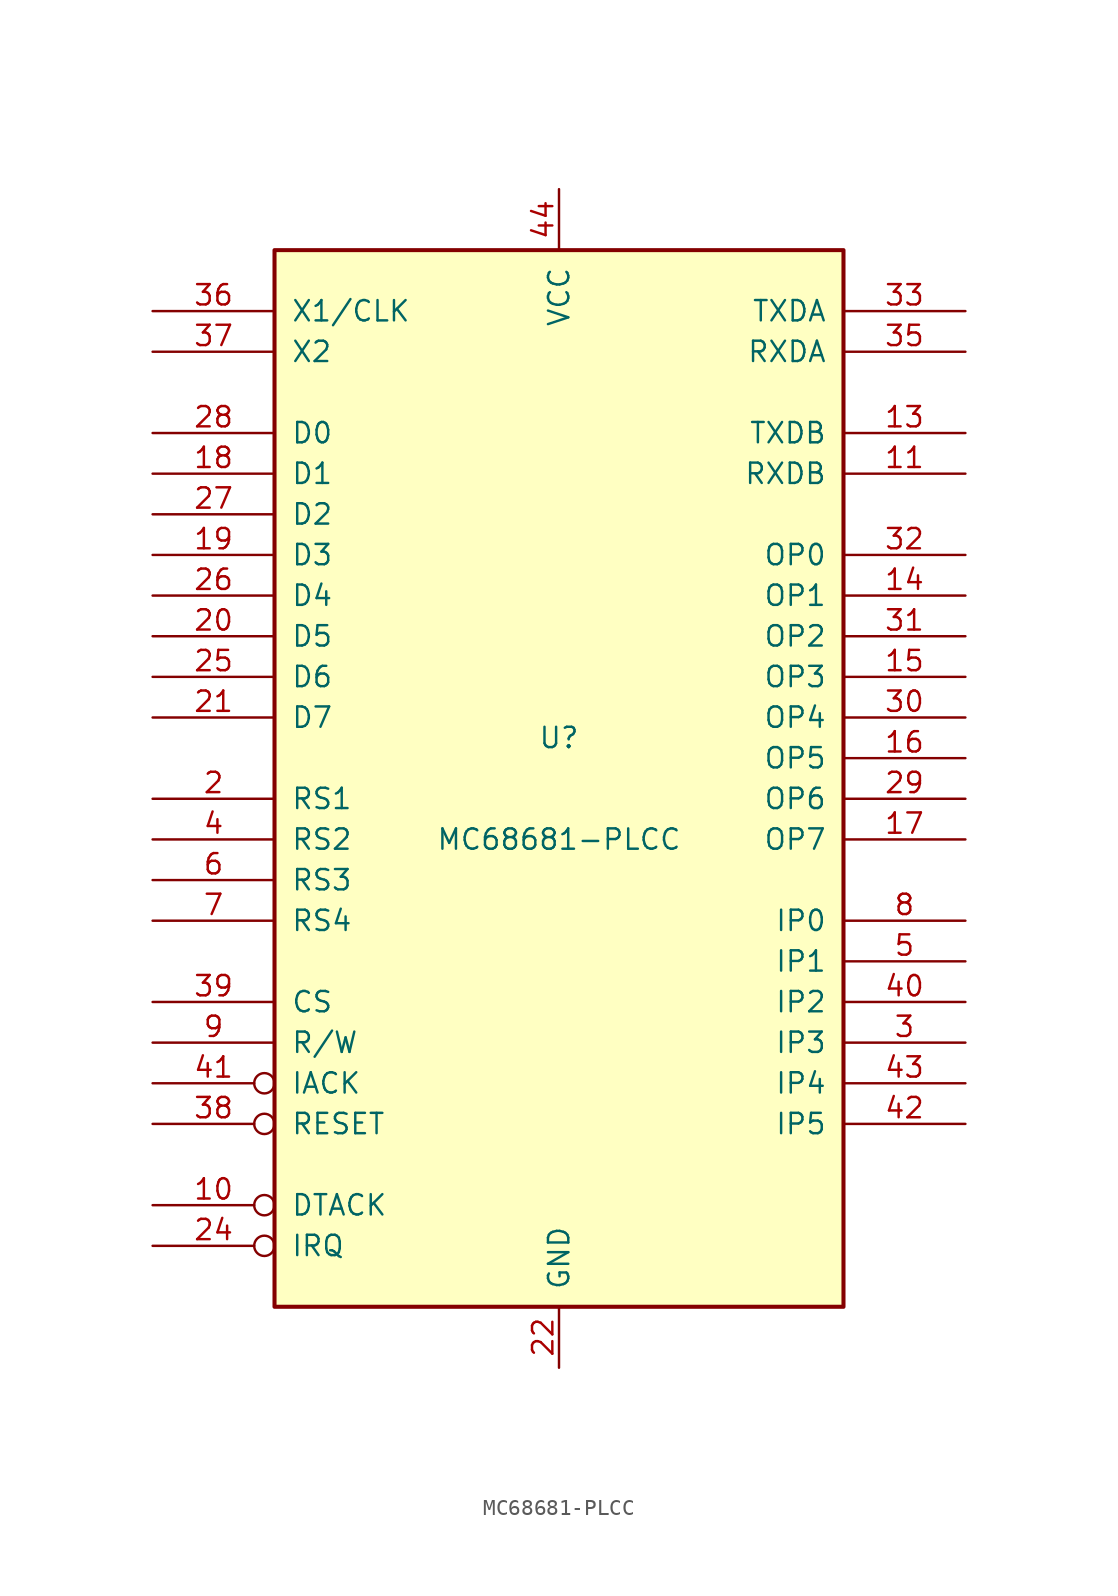
<source format=kicad_sym>
(kicad_symbol_lib
  (version 20231120)
  (generator "kicad_symbol_editor")
  (generator_version "8.0")
  (symbol "MC68681-PLCC"
    (pin_names
      (offset 1.016))
    (property "Reference" "U"
      (at 0 3.81 0)
      (effects (font (size 1.27 1.27))))
    (property "Value" "MC68681-PLCC"
      (at 0 -2.54 0)
      (effects (font (size 1.27 1.27))))
    (symbol "MC68681-PLCC_0_1"
      (rectangle (start -17.78 -31.75) (end 17.78 34.29) (stroke (width 0.254) (type default)) (fill (type background))))
    (symbol "MC68681-PLCC_1_1"
      (pin open_collector inverted (at -25.4 -25.4 0) (length 7.62) (name "DTACK" (effects (font (size 1.27 1.27)))) (number "10" (effects (font (size 1.27 1.27)))))
      (pin input line (at 25.4 20.32 180) (length 7.62) (name "RXDB" (effects (font (size 1.27 1.27)))) (number "11" (effects (font (size 1.27 1.27)))))
      (pin output line (at 25.4 22.86 180) (length 7.62) (name "TXDB" (effects (font (size 1.27 1.27)))) (number "13" (effects (font (size 1.27 1.27)))))
      (pin output line (at 25.4 12.7 180) (length 7.62) (name "OP1" (effects (font (size 1.27 1.27)))) (number "14" (effects (font (size 1.27 1.27)))))
      (pin output line (at 25.4 7.62 180) (length 7.62) (name "OP3" (effects (font (size 1.27 1.27)))) (number "15" (effects (font (size 1.27 1.27)))))
      (pin output line (at 25.4 2.54 180) (length 7.62) (name "OP5" (effects (font (size 1.27 1.27)))) (number "16" (effects (font (size 1.27 1.27)))))
      (pin output line (at 25.4 -2.54 180) (length 7.62) (name "OP7" (effects (font (size 1.27 1.27)))) (number "17" (effects (font (size 1.27 1.27)))))
      (pin tri_state line (at -25.4 20.32 0) (length 7.62) (name "D1" (effects (font (size 1.27 1.27)))) (number "18" (effects (font (size 1.27 1.27)))))
      (pin tri_state line (at -25.4 15.24 0) (length 7.62) (name "D3" (effects (font (size 1.27 1.27)))) (number "19" (effects (font (size 1.27 1.27)))))
      (pin input line (at -25.4 0 0) (length 7.62) (name "RS1" (effects (font (size 1.27 1.27)))) (number "2" (effects (font (size 1.27 1.27)))))
      (pin tri_state line (at -25.4 10.16 0) (length 7.62) (name "D5" (effects (font (size 1.27 1.27)))) (number "20" (effects (font (size 1.27 1.27)))))
      (pin tri_state line (at -25.4 5.08 0) (length 7.62) (name "D7" (effects (font (size 1.27 1.27)))) (number "21" (effects (font (size 1.27 1.27)))))
      (pin power_in line (at 0 -35.56 90) (length 3.81) (name "GND" (effects (font (size 1.27 1.27)))) (number "22" (effects (font (size 1.27 1.27)))))
      (pin output inverted (at -25.4 -27.94 0) (length 7.62) (name "IRQ" (effects (font (size 1.27 1.27)))) (number "24" (effects (font (size 1.27 1.27)))))
      (pin tri_state line (at -25.4 7.62 0) (length 7.62) (name "D6" (effects (font (size 1.27 1.27)))) (number "25" (effects (font (size 1.27 1.27)))))
      (pin tri_state line (at -25.4 12.7 0) (length 7.62) (name "D4" (effects (font (size 1.27 1.27)))) (number "26" (effects (font (size 1.27 1.27)))))
      (pin tri_state line (at -25.4 17.78 0) (length 7.62) (name "D2" (effects (font (size 1.27 1.27)))) (number "27" (effects (font (size 1.27 1.27)))))
      (pin tri_state line (at -25.4 22.86 0) (length 7.62) (name "D0" (effects (font (size 1.27 1.27)))) (number "28" (effects (font (size 1.27 1.27)))))
      (pin output line (at 25.4 0 180) (length 7.62) (name "OP6" (effects (font (size 1.27 1.27)))) (number "29" (effects (font (size 1.27 1.27)))))
      (pin input line (at 25.4 -15.24 180) (length 7.62) (name "IP3" (effects (font (size 1.27 1.27)))) (number "3" (effects (font (size 1.27 1.27)))))
      (pin output line (at 25.4 5.08 180) (length 7.62) (name "OP4" (effects (font (size 1.27 1.27)))) (number "30" (effects (font (size 1.27 1.27)))))
      (pin output line (at 25.4 10.16 180) (length 7.62) (name "OP2" (effects (font (size 1.27 1.27)))) (number "31" (effects (font (size 1.27 1.27)))))
      (pin output line (at 25.4 15.24 180) (length 7.62) (name "OP0" (effects (font (size 1.27 1.27)))) (number "32" (effects (font (size 1.27 1.27)))))
      (pin output line (at 25.4 30.48 180) (length 7.62) (name "TXDA" (effects (font (size 1.27 1.27)))) (number "33" (effects (font (size 1.27 1.27)))))
      (pin input line (at 25.4 27.94 180) (length 7.62) (name "RXDA" (effects (font (size 1.27 1.27)))) (number "35" (effects (font (size 1.27 1.27)))))
      (pin input line (at -25.4 30.48 0) (length 7.62) (name "X1/CLK" (effects (font (size 1.27 1.27)))) (number "36" (effects (font (size 1.27 1.27)))))
      (pin input line (at -25.4 27.94 0) (length 7.62) (name "X2" (effects (font (size 1.27 1.27)))) (number "37" (effects (font (size 1.27 1.27)))))
      (pin input inverted (at -25.4 -20.32 0) (length 7.62) (name "RESET" (effects (font (size 1.27 1.27)))) (number "38" (effects (font (size 1.27 1.27)))))
      (pin input line (at -25.4 -12.7 0) (length 7.62) (name "CS" (effects (font (size 1.27 1.27)))) (number "39" (effects (font (size 1.27 1.27)))))
      (pin input line (at -25.4 -2.54 0) (length 7.62) (name "RS2" (effects (font (size 1.27 1.27)))) (number "4" (effects (font (size 1.27 1.27)))))
      (pin input line (at 25.4 -12.7 180) (length 7.62) (name "IP2" (effects (font (size 1.27 1.27)))) (number "40" (effects (font (size 1.27 1.27)))))
      (pin input inverted (at -25.4 -17.78 0) (length 7.62) (name "IACK" (effects (font (size 1.27 1.27)))) (number "41" (effects (font (size 1.27 1.27)))))
      (pin input line (at 25.4 -20.32 180) (length 7.62) (name "IP5" (effects (font (size 1.27 1.27)))) (number "42" (effects (font (size 1.27 1.27)))))
      (pin input line (at 25.4 -17.78 180) (length 7.62) (name "IP4" (effects (font (size 1.27 1.27)))) (number "43" (effects (font (size 1.27 1.27)))))
      (pin power_in line (at 0 38.1 270) (length 3.81) (name "VCC" (effects (font (size 1.27 1.27)))) (number "44" (effects (font (size 1.27 1.27)))))
      (pin input line (at 25.4 -10.16 180) (length 7.62) (name "IP1" (effects (font (size 1.27 1.27)))) (number "5" (effects (font (size 1.27 1.27)))))
      (pin input line (at -25.4 -5.08 0) (length 7.62) (name "RS3" (effects (font (size 1.27 1.27)))) (number "6" (effects (font (size 1.27 1.27)))))
      (pin input line (at -25.4 -7.62 0) (length 7.62) (name "RS4" (effects (font (size 1.27 1.27)))) (number "7" (effects (font (size 1.27 1.27)))))
      (pin input line (at 25.4 -7.62 180) (length 7.62) (name "IP0" (effects (font (size 1.27 1.27)))) (number "8" (effects (font (size 1.27 1.27)))))
      (pin input line (at -25.4 -15.24 0) (length 7.62) (name "R/W" (effects (font (size 1.27 1.27)))) (number "9" (effects (font (size 1.27 1.27))))))))
</source>
